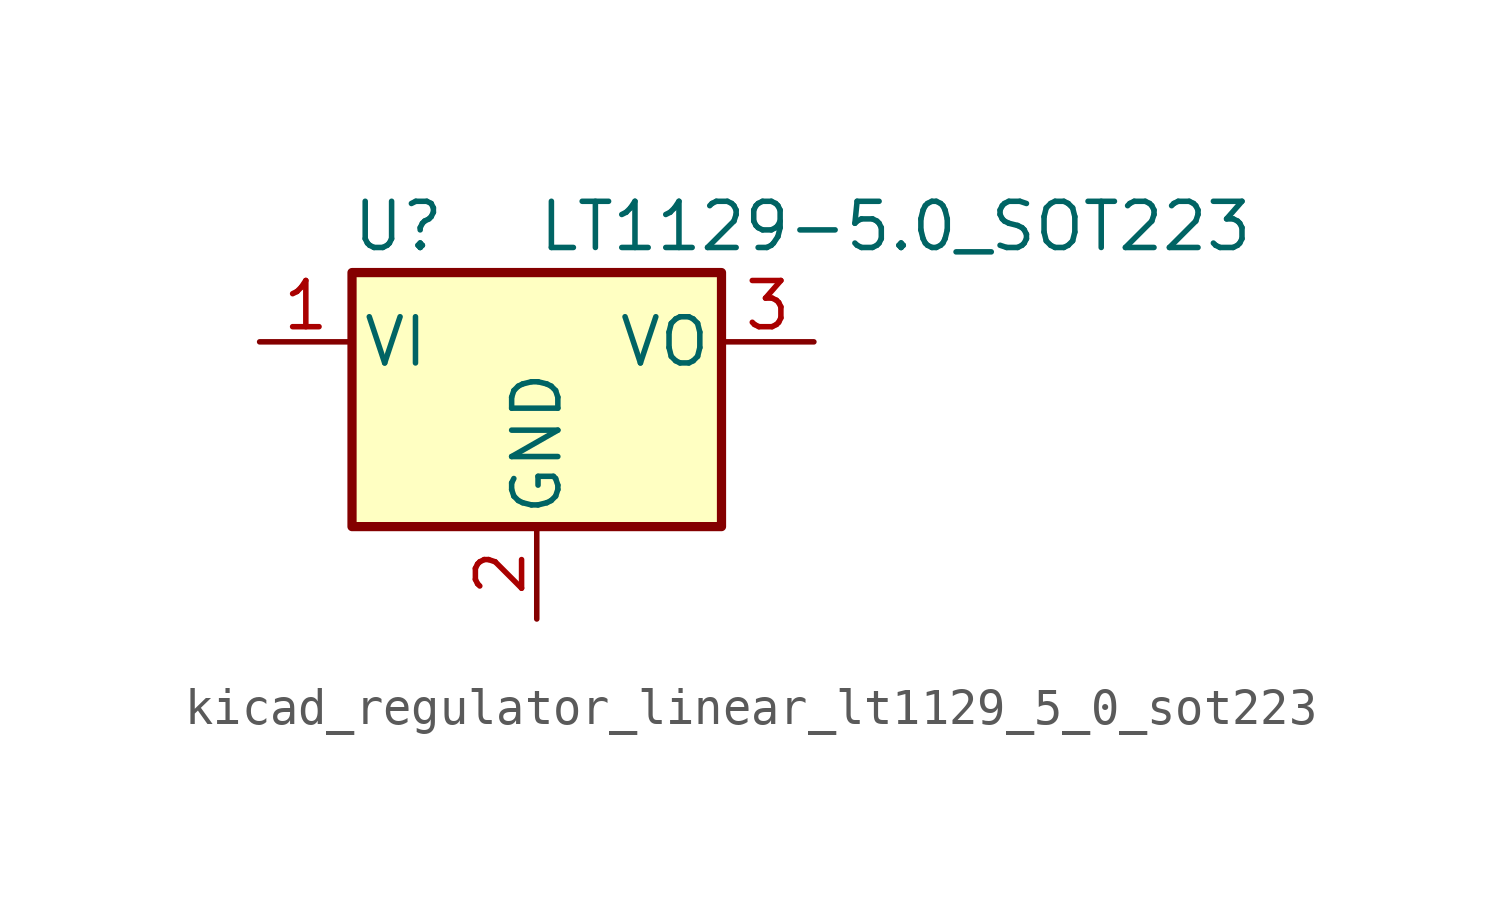
<source format=kicad_sym>
(kicad_symbol_lib
  (version 20220914)
  (generator kicad_symbol_editor)
  (symbol "kicad_regulator_linear_lt1129_5_0_sot223"
    (pin_names
      (offset 0.254))
    (property "Reference" "U"
      (at -3.81 3.175 0)
      (effects (font (size 1.27 1.27))))
    (property "Value" "LT1129-5.0_SOT223"
      (at 0 3.175 0)
      (effects (font (size 1.27 1.27)) (justify left)))
    (symbol "kicad_regulator_linear_lt1129_5_0_sot223_0_1"
      (rectangle (start -5.08 -5.08) (end 5.08 1.905) (stroke (width 0.254) (type default)) (fill (type background))))
    (symbol "kicad_regulator_linear_lt1129_5_0_sot223_1_1"
      (pin power_in line (at -7.62 0 0) (length 2.54) (name "VI" (effects (font (size 1.27 1.27)))) (number "1" (effects (font (size 1.27 1.27)))))
      (pin power_in line (at 0 -7.62 90) (length 2.54) (name "GND" (effects (font (size 1.27 1.27)))) (number "2" (effects (font (size 1.27 1.27)))))
      (pin power_out line (at 7.62 0 180) (length 2.54) (name "VO" (effects (font (size 1.27 1.27)))) (number "3" (effects (font (size 1.27 1.27))))))))
</source>
